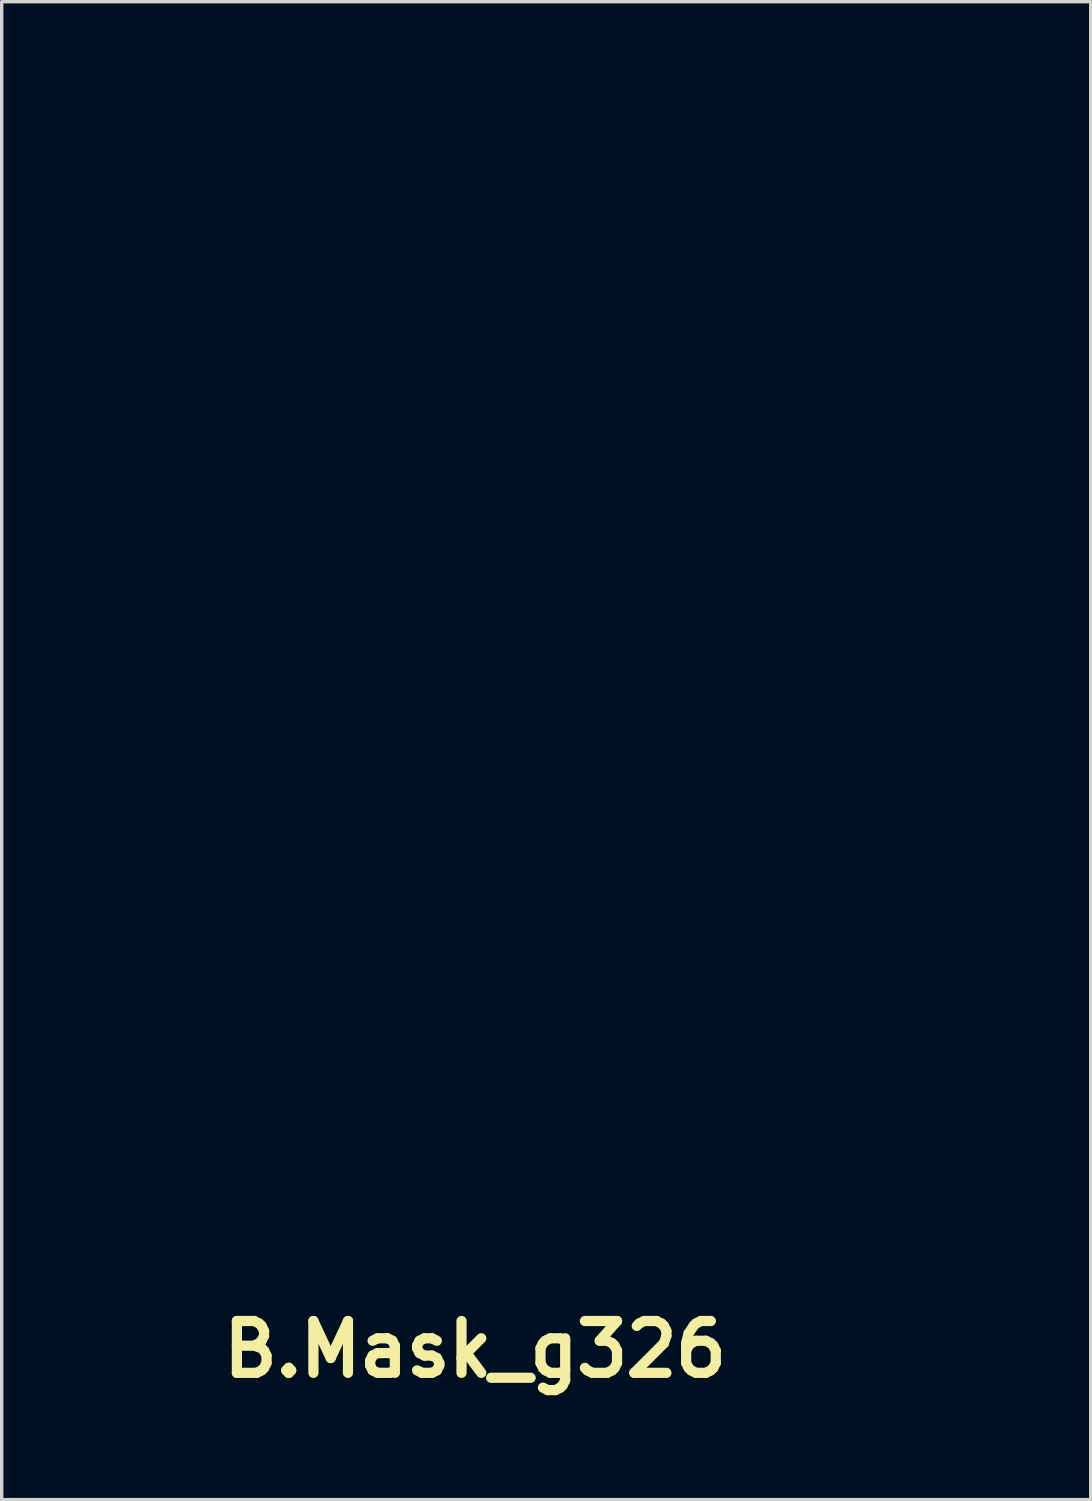
<source format=kicad_pcb>
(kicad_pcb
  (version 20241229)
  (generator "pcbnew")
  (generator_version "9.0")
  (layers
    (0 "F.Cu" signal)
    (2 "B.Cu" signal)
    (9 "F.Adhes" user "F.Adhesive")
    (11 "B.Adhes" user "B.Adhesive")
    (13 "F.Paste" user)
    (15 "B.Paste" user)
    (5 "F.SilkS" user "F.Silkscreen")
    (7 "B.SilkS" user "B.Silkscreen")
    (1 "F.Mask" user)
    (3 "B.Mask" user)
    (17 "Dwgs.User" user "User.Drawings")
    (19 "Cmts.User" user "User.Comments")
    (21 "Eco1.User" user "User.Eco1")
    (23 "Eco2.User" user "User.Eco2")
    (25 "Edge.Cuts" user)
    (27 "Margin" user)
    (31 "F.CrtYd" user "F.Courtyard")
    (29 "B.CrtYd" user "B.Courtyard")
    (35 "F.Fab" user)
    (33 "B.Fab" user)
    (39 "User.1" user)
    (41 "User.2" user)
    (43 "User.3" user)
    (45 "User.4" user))
  (footprint "B.Mask_g326"
    (layer "F.Cu")
    (at 10.918 36.623)
    (property "Reference" "B.Mask_g326" (at 0 0 0) (layer "F.SilkS") (effects (font (size 1.524 1.524) (thickness 0.3))))
    (attr through_hole)
    (fp_poly (pts (xy 0.29 -31.042) (xy 0.741 -30.99) (xy 1.168 -30.904) (xy 1.557 -30.787) (xy 1.895 -30.641) (xy 2.169 -30.471) (xy 2.242 -30.41) (xy 2.404 -30.227) (xy 2.503 -30.019) (xy 2.544 -29.774) (xy 2.529 -29.477) (xy 2.514 -29.374) (xy 2.488 -29.221) (xy 2.207 -29.192) (xy 1.855 -29.153) (xy 1.441 -29.1) (xy 0.988 -29.037) (xy 0.515 -28.967) (xy 0.046 -28.893) (xy -0.398 -28.818) (xy -0.575 -28.786) (xy -0.852 -28.737) (xy -1.107 -28.693) (xy -1.326 -28.658) (xy -1.495 -28.632) (xy -1.6 -28.619) (xy -1.623 -28.617) (xy -1.68 -28.621) (xy -1.714 -28.642) (xy -1.73 -28.7) (xy -1.735 -28.812) (xy -1.736 -28.934) (xy -1.731 -29.127) (xy -1.716 -29.36) (xy -1.695 -29.618) (xy -1.669 -29.883) (xy -1.639 -30.137) (xy -1.608 -30.363) (xy -1.578 -30.545) (xy -1.55 -30.663) (xy -1.543 -30.683) (xy -1.473 -30.79) (xy -1.356 -30.875) (xy -1.183 -30.941) (xy -0.945 -30.993) (xy -0.634 -31.032) (xy -0.173 -31.057) (xy 0.29 -31.042)) (stroke (width 0.01) (type solid)) (fill yes) (layer "B.Mask"))
    (fp_poly (pts (xy 0.356 -15.308) (xy 0.81 -15.258) (xy 1.215 -15.172) (xy 1.582 -15.047) (xy 1.636 -15.025) (xy 1.814 -14.939) (xy 1.946 -14.85) (xy 2.067 -14.729) (xy 2.147 -14.633) (xy 2.432 -14.249) (xy 2.656 -13.877) (xy 2.834 -13.489) (xy 2.978 -13.057) (xy 3.023 -12.894) (xy 3.133 -12.357) (xy 3.196 -11.778) (xy 3.211 -11.144) (xy 3.205 -10.884) (xy 3.182 -10.44) (xy 3.144 -10.064) (xy 3.089 -9.738) (xy 3.011 -9.444) (xy 2.907 -9.165) (xy 2.772 -8.886) (xy 2.693 -8.742) (xy 2.496 -8.422) (xy 2.3 -8.166) (xy 2.085 -7.956) (xy 1.834 -7.774) (xy 1.527 -7.602) (xy 1.521 -7.599) (xy 1.373 -7.525) (xy 1.238 -7.466) (xy 1.106 -7.418) (xy 0.966 -7.381) (xy 0.806 -7.353) (xy 0.615 -7.333) (xy 0.383 -7.318) (xy 0.097 -7.307) (xy -0.252 -7.299) (xy -0.614 -7.293) (xy -1.968 -7.272) (xy -2.294 -7.441) (xy -2.665 -7.675) (xy -3.021 -7.979) (xy -3.352 -8.338) (xy -3.646 -8.737) (xy -3.893 -9.162) (xy -4.082 -9.598) (xy -4.202 -10.03) (xy -4.206 -10.054) (xy -4.262 -10.542) (xy -4.263 -11.071) (xy -4.213 -11.618) (xy -4.115 -12.162) (xy -3.971 -12.681) (xy -3.785 -13.154) (xy -3.774 -13.179) (xy -3.597 -13.54) (xy -3.442 -13.833) (xy -3.296 -14.07) (xy -3.151 -14.261) (xy -2.996 -14.418) (xy -2.822 -14.552) (xy -2.619 -14.674) (xy -2.376 -14.796) (xy -2.315 -14.825) (xy -2.022 -14.951) (xy -1.716 -15.068) (xy -1.43 -15.163) (xy -1.291 -15.202) (xy -1.097 -15.25) (xy -0.931 -15.284) (xy -0.77 -15.305) (xy -0.59 -15.317) (xy -0.367 -15.323) (xy -0.163 -15.324) (xy 0.356 -15.308)) (stroke (width 0.01) (type solid)) (fill yes) (layer "B.Mask"))
    (fp_poly (pts (xy 12.181 -15.407) (xy 12.418 -15.398) (xy 12.615 -15.381) (xy 12.796 -15.353) (xy 12.96 -15.319) (xy 13.283 -15.235) (xy 13.538 -15.146) (xy 13.742 -15.042) (xy 13.91 -14.914) (xy 14.061 -14.755) (xy 14.083 -14.727) (xy 14.4 -14.272) (xy 14.658 -13.78) (xy 14.86 -13.24) (xy 15.014 -12.639) (xy 15.016 -12.627) (xy 15.048 -12.41) (xy 15.072 -12.128) (xy 15.088 -11.799) (xy 15.095 -11.441) (xy 15.094 -11.073) (xy 15.085 -10.714) (xy 15.068 -10.382) (xy 15.042 -10.096) (xy 15.015 -9.906) (xy 14.937 -9.604) (xy 14.814 -9.267) (xy 14.658 -8.924) (xy 14.482 -8.602) (xy 14.298 -8.328) (xy 14.297 -8.327) (xy 14.099 -8.116) (xy 13.841 -7.911) (xy 13.543 -7.724) (xy 13.229 -7.57) (xy 12.922 -7.464) (xy 12.912 -7.461) (xy 12.805 -7.445) (xy 12.628 -7.429) (xy 12.395 -7.415) (xy 12.12 -7.403) (xy 11.817 -7.393) (xy 11.501 -7.385) (xy 11.187 -7.38) (xy 10.888 -7.379) (xy 10.618 -7.38) (xy 10.393 -7.385) (xy 10.225 -7.394) (xy 10.16 -7.402) (xy 9.91 -7.477) (xy 9.641 -7.623) (xy 9.362 -7.831) (xy 9.083 -8.094) (xy 8.814 -8.402) (xy 8.597 -8.7) (xy 8.345 -9.11) (xy 8.158 -9.498) (xy 8.029 -9.884) (xy 7.951 -10.29) (xy 7.918 -10.739) (xy 7.916 -10.907) (xy 7.956 -11.626) (xy 8.075 -12.317) (xy 8.275 -12.986) (xy 8.557 -13.636) (xy 8.759 -14.007) (xy 8.898 -14.233) (xy 9.027 -14.408) (xy 9.162 -14.548) (xy 9.324 -14.669) (xy 9.529 -14.788) (xy 9.779 -14.912) (xy 10.024 -15.021) (xy 10.292 -15.129) (xy 10.55 -15.223) (xy 10.753 -15.286) (xy 10.931 -15.334) (xy 11.082 -15.367) (xy 11.228 -15.389) (xy 11.391 -15.401) (xy 11.592 -15.407) (xy 11.854 -15.409) (xy 11.882 -15.409) (xy 12.181 -15.407)) (stroke (width 0.01) (type solid)) (fill yes) (layer "B.Mask"))
    (fp_poly (pts (xy 9.292 -35.497) (xy 9.539 -35.389) (xy 9.749 -35.214) (xy 9.926 -34.971) (xy 10.068 -34.676) (xy 10.284 -34.047) (xy 10.465 -33.341) (xy 10.61 -32.559) (xy 10.72 -31.7) (xy 10.757 -31.305) (xy 10.776 -30.975) (xy 10.787 -30.59) (xy 10.789 -30.171) (xy 10.782 -29.735) (xy 10.768 -29.303) (xy 10.746 -28.893) (xy 10.718 -28.524) (xy 10.683 -28.217) (xy 10.674 -28.154) (xy 10.628 -27.889) (xy 10.581 -27.7) (xy 10.523 -27.581) (xy 10.449 -27.526) (xy 10.349 -27.525) (xy 10.215 -27.573) (xy 10.097 -27.631) (xy 9.906 -27.719) (xy 9.645 -27.823) (xy 9.325 -27.939) (xy 8.957 -28.065) (xy 8.552 -28.195) (xy 8.123 -28.329) (xy 7.682 -28.46) (xy 7.238 -28.587) (xy 6.805 -28.706) (xy 6.393 -28.813) (xy 6.015 -28.905) (xy 5.681 -28.978) (xy 5.44 -29.023) (xy 5.185 -29.069) (xy 5.005 -29.108) (xy 4.892 -29.144) (xy 4.836 -29.179) (xy 4.826 -29.203) (xy 4.864 -29.231) (xy 4.965 -29.275) (xy 5.111 -29.327) (xy 5.196 -29.355) (xy 5.418 -29.424) (xy 5.662 -29.5) (xy 5.88 -29.568) (xy 5.905 -29.576) (xy 6.146 -29.658) (xy 6.31 -29.73) (xy 6.404 -29.797) (xy 6.435 -29.861) (xy 6.435 -29.863) (xy 6.397 -29.929) (xy 6.289 -29.963) (xy 6.119 -29.967) (xy 5.894 -29.941) (xy 5.622 -29.887) (xy 5.311 -29.806) (xy 4.969 -29.698) (xy 4.784 -29.632) (xy 4.457 -29.514) (xy 4.198 -29.421) (xy 3.994 -29.351) (xy 3.835 -29.302) (xy 3.708 -29.269) (xy 3.602 -29.251) (xy 3.505 -29.243) (xy 3.405 -29.243) (xy 3.31 -29.246) (xy 3.205 -29.266) (xy 3.141 -29.331) (xy 3.113 -29.39) (xy 3.078 -29.5) (xy 3.036 -29.671) (xy 2.991 -29.878) (xy 2.948 -30.098) (xy 2.912 -30.307) (xy 2.888 -30.482) (xy 2.879 -30.598) (xy 2.904 -30.747) (xy 2.983 -30.936) (xy 3.118 -31.171) (xy 3.312 -31.458) (xy 3.324 -31.475) (xy 3.7 -31.962) (xy 4.133 -32.456) (xy 4.61 -32.946) (xy 5.118 -33.421) (xy 5.645 -33.87) (xy 6.177 -34.281) (xy 6.702 -34.643) (xy 7.206 -34.946) (xy 7.405 -35.05) (xy 7.88 -35.269) (xy 8.303 -35.424) (xy 8.677 -35.514) (xy 9.006 -35.538) (xy 9.292 -35.497)) (stroke (width 0.01) (type solid)) (fill yes) (layer "B.Mask"))
    (fp_poly (pts (xy -8.308 -36.59) (xy -8.012 -36.511) (xy -7.681 -36.386) (xy -7.328 -36.223) (xy -6.967 -36.027) (xy -6.611 -35.807) (xy -6.274 -35.567) (xy -6.051 -35.388) (xy -5.706 -35.084) (xy -5.337 -34.742) (xy -4.959 -34.377) (xy -4.587 -34.002) (xy -4.232 -33.633) (xy -3.911 -33.283) (xy -3.636 -32.965) (xy -3.542 -32.851) (xy -3.351 -32.599) (xy -3.139 -32.3) (xy -2.924 -31.977) (xy -2.72 -31.653) (xy -2.543 -31.354) (xy -2.44 -31.163) (xy -2.29 -30.85) (xy -2.191 -30.583) (xy -2.139 -30.348) (xy -2.128 -30.128) (xy -2.134 -30.04) (xy -2.169 -29.767) (xy -2.212 -29.538) (xy -2.258 -29.368) (xy -2.301 -29.274) (xy -2.34 -29.232) (xy -2.387 -29.226) (xy -2.468 -29.258) (xy -2.528 -29.288) (xy -2.637 -29.348) (xy -2.793 -29.44) (xy -2.973 -29.549) (xy -3.098 -29.627) (xy -3.443 -29.834) (xy -3.785 -30.02) (xy -4.117 -30.181) (xy -4.43 -30.316) (xy -4.717 -30.422) (xy -4.971 -30.497) (xy -5.184 -30.537) (xy -5.349 -30.542) (xy -5.458 -30.507) (xy -5.503 -30.431) (xy -5.503 -30.416) (xy -5.495 -30.382) (xy -5.462 -30.346) (xy -5.394 -30.304) (xy -5.282 -30.25) (xy -5.116 -30.178) (xy -4.885 -30.084) (xy -4.763 -30.036) (xy -4.321 -29.849) (xy -3.906 -29.653) (xy -3.527 -29.45) (xy -3.19 -29.248) (xy -2.906 -29.051) (xy -2.681 -28.864) (xy -2.525 -28.693) (xy -2.474 -28.612) (xy -2.437 -28.523) (xy -2.45 -28.465) (xy -2.496 -28.416) (xy -2.565 -28.375) (xy -2.697 -28.313) (xy -2.876 -28.24) (xy -3.085 -28.161) (xy -3.163 -28.134) (xy -3.761 -27.91) (xy -4.301 -27.677) (xy -4.809 -27.422) (xy -5.313 -27.131) (xy -5.736 -26.86) (xy -6.16 -26.566) (xy -6.569 -26.255) (xy -6.975 -25.918) (xy -7.389 -25.544) (xy -7.822 -25.125) (xy -8.284 -24.65) (xy -8.559 -24.357) (xy -8.759 -24.144) (xy -8.941 -23.953) (xy -9.099 -23.793) (xy -9.222 -23.672) (xy -9.304 -23.599) (xy -9.333 -23.58) (xy -9.4 -23.609) (xy -9.45 -23.654) (xy -9.569 -23.821) (xy -9.703 -24.071) (xy -9.851 -24.401) (xy -10.013 -24.809) (xy -10.188 -25.295) (xy -10.231 -25.421) (xy -10.47 -26.202) (xy -10.656 -26.981) (xy -10.791 -27.775) (xy -10.876 -28.598) (xy -10.913 -29.466) (xy -10.91 -30.243) (xy -10.851 -31.329) (xy -10.726 -32.364) (xy -10.534 -33.35) (xy -10.276 -34.289) (xy -10.112 -34.766) (xy -9.912 -35.266) (xy -9.71 -35.684) (xy -9.501 -36.022) (xy -9.286 -36.281) (xy -9.062 -36.466) (xy -8.827 -36.577) (xy -8.579 -36.618) (xy -8.556 -36.618) (xy -8.308 -36.59)) (stroke (width 0.01) (type solid)) (fill yes) (layer "B.Mask")))
  (gr_rect
    (start -3 -3)
    (end 29.018 41.041)
    (stroke (width 0.1) (type default))
    (fill no)
    (layer "Edge.Cuts")))
</source>
